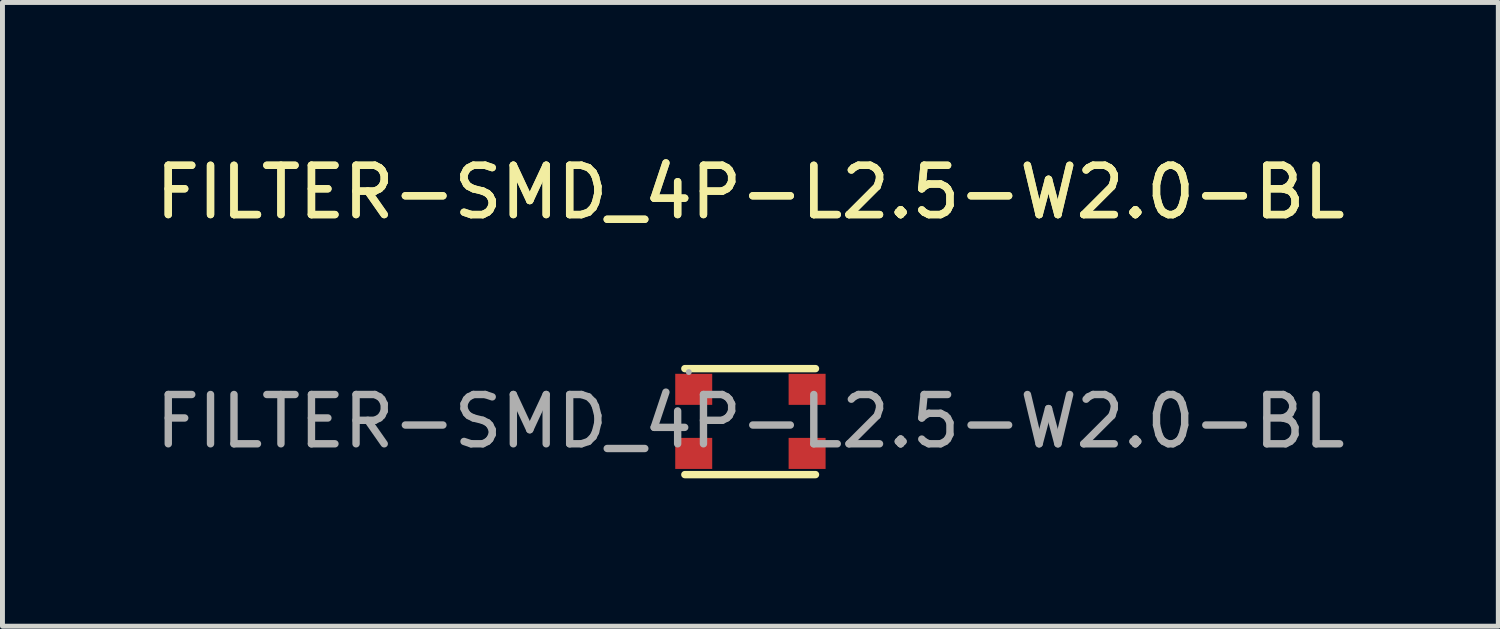
<source format=kicad_pcb>
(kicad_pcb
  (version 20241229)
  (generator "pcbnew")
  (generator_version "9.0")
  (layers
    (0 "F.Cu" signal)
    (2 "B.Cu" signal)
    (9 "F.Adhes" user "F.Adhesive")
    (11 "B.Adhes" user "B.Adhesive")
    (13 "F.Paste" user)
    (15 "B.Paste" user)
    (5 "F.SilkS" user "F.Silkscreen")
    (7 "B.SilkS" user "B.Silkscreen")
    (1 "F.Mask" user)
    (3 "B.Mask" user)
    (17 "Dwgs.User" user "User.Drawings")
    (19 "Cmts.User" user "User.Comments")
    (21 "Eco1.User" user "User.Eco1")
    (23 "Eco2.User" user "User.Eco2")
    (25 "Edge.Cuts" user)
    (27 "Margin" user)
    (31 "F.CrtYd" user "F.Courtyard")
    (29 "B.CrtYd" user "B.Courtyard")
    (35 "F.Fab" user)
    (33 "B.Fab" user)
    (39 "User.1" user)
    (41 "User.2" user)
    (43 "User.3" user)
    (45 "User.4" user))
  (footprint "FILTER-SMD_4P-L2.5-W2.0-BL"
    (layer "F.Cu")
    (at 12.173 5.498)
    (property "Reference" "FILTER-SMD_4P-L2.5-W2.0-BL" (at 0 -4.65 0) (layer "F.SilkS") (effects (font (size 1 1) (thickness 0.15))))
    (attr smd)
    (fp_line (start -1.33 -1.07) (end 1.32 -1.07) (stroke (width 0.15) (type solid)) (layer "F.SilkS"))
    (fp_line (start -1.33 1.08) (end 1.32 1.08) (stroke (width 0.15) (type solid)) (layer "F.SilkS"))
    (fp_circle (center -1.25 -1) (end -1.22 -1) (stroke (width 0.06) (type solid)) (fill no) (layer "F.Fab"))
    (fp_text user "${REFERENCE}" (at 0 -4.65 0) (layer "F.SilkS") (effects (font (size 1 1) (thickness 0.15))))
    (fp_text user "${REFERENCE}" (at 0 0 0) (layer "F.Fab") (effects (font (size 1 1) (thickness 0.15))))
    (pad "1" smd rect (at -1.15 -0.65 270) (size 0.63 0.75) (layers "F.Cu" "F.Mask" "F.Paste"))
    (pad "2" smd rect (at -1.15 0.65 270) (size 0.63 0.75) (layers "F.Cu" "F.Mask" "F.Paste"))
    (pad "3" smd rect (at 1.15 0.65 270) (size 0.63 0.75) (layers "F.Cu" "F.Mask" "F.Paste"))
    (pad "4" smd rect (at 1.15 -0.65 270) (size 0.63 0.75) (layers "F.Cu" "F.Mask" "F.Paste")))
  (gr_rect
    (start -3 -3)
    (end 27.345 9.653)
    (stroke (width 0.1) (type default))
    (fill no)
    (layer "Edge.Cuts")))
</source>
